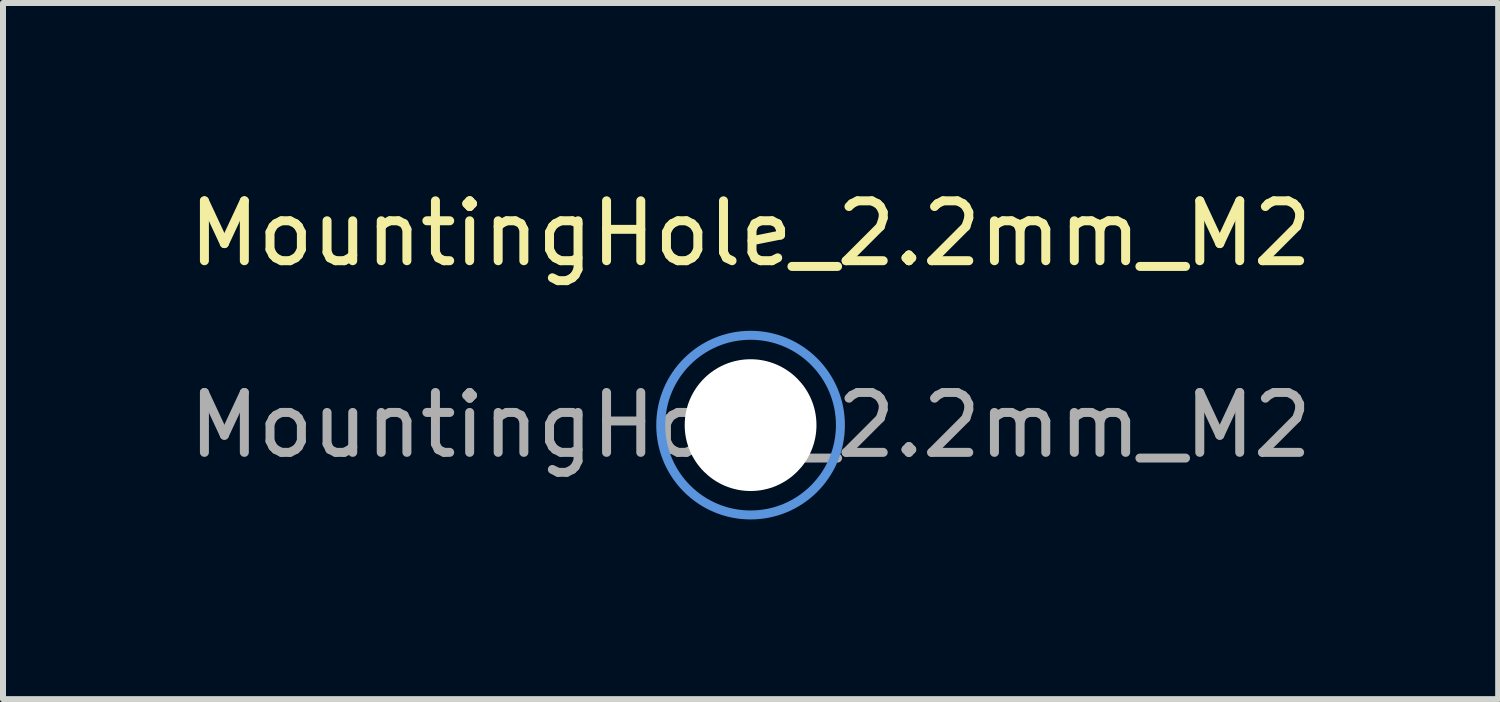
<source format=kicad_pcb>
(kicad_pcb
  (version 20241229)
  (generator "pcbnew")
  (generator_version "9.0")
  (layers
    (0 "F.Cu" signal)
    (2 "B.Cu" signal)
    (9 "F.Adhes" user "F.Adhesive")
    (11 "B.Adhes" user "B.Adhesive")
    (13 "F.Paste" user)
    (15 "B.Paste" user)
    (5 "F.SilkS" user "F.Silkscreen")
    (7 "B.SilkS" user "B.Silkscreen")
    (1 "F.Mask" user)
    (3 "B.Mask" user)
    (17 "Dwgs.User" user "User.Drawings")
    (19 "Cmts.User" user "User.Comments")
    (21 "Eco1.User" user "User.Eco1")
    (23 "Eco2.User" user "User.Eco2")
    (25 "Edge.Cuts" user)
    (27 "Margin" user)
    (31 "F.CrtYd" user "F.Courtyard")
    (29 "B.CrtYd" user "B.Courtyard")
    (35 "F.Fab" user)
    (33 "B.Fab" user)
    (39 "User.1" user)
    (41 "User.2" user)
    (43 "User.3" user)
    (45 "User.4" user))
  (footprint "MountingHole_2.2mm_M2"
    (layer "F.Cu")
    (at 9.482 4.048)
    (property "Reference" "MountingHole_2.2mm_M2" (at 0 -3.2 0) (layer "F.SilkS") (effects (font (size 1 1) (thickness 0.15))))
    (attr exclude_from_pos_files exclude_from_bom)
    (fp_circle (center 0 0) (end 1.5 0) (stroke (width 0.15) (type solid)) (fill no) (layer "Cmts.User"))
    (fp_circle (center 0 0) (end 1.5 0) (stroke (width 0.05) (type solid)) (fill no) (layer "F.CrtYd"))
    (fp_text user "${REFERENCE}" (at 0 0 0) (layer "F.Fab") (effects (font (size 1 1) (thickness 0.15))))
    (pad "" np_thru_hole circle (at 0 0) (size 2.2 2.2) (drill 2.2) (layers "*.Cu" "*.Mask")))
  (gr_rect
    (start -3 -3)
    (end 21.964 8.623)
    (stroke (width 0.1) (type default))
    (fill no)
    (layer "Edge.Cuts")))
</source>
